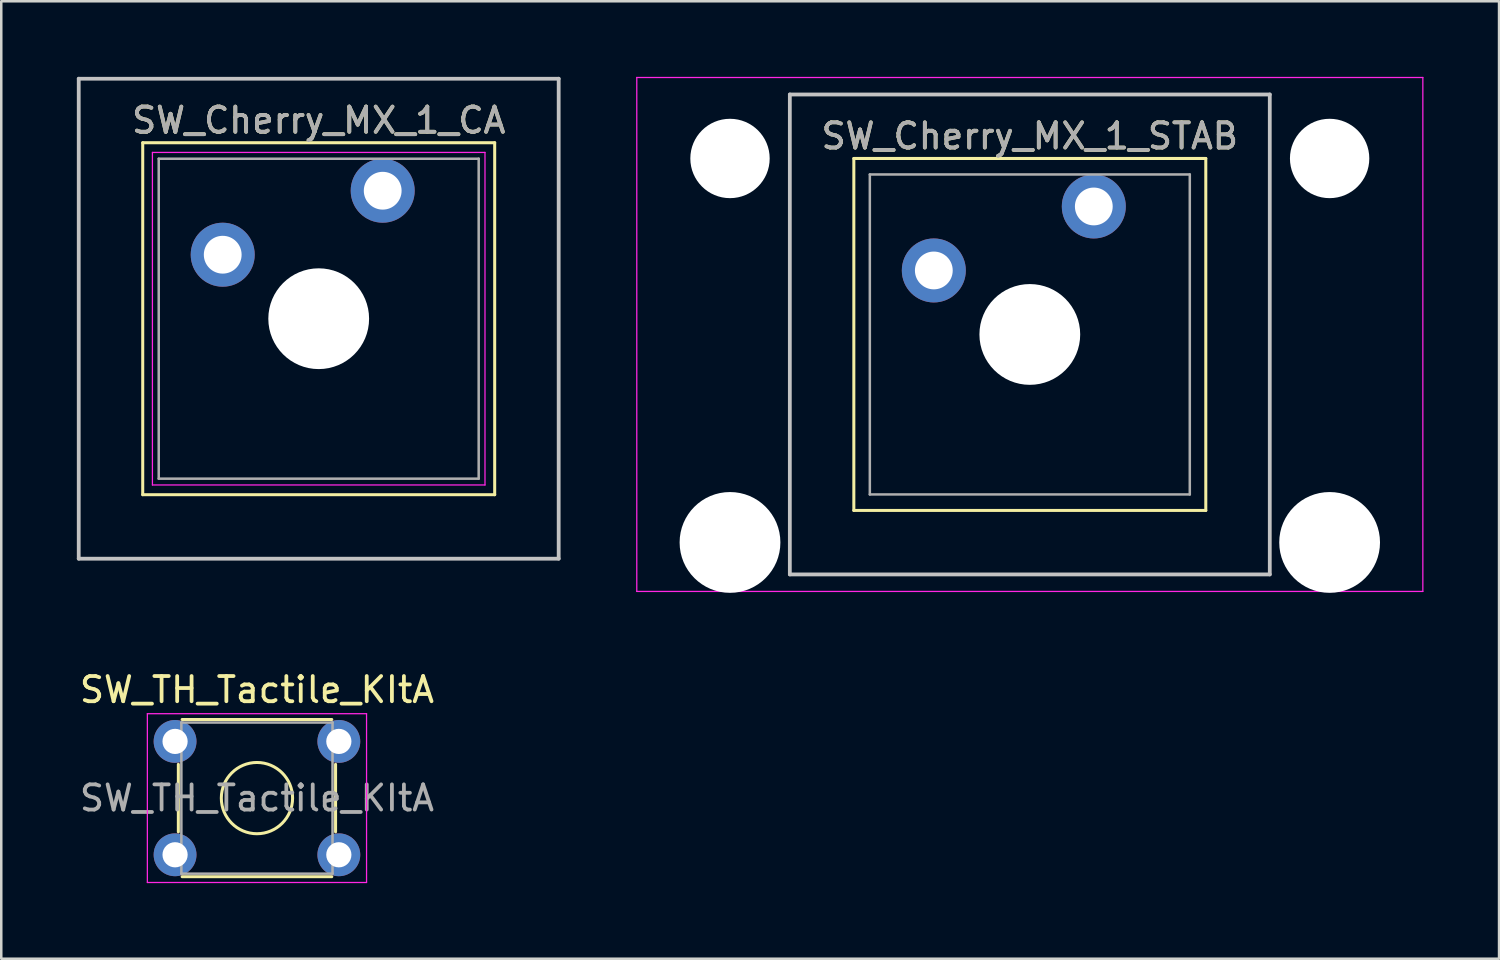
<source format=kicad_pcb>
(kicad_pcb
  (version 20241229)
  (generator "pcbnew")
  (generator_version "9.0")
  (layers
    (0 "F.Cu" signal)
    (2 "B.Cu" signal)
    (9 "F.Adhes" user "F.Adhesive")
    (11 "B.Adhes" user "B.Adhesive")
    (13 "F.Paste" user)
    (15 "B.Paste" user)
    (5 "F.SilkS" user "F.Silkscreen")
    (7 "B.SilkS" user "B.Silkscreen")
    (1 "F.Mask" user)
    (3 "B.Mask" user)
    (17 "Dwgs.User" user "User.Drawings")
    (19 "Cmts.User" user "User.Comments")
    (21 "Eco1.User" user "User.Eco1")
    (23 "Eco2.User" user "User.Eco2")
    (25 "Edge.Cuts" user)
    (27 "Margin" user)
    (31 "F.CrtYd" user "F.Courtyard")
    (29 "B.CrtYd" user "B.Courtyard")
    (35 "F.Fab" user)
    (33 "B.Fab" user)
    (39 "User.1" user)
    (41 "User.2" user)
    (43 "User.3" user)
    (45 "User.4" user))
  (footprint "SW_Cherry_MX_1_STAB"
    (layer "F.Cu")
    (at 37.825 10.225)
    (property "Reference" "SW_Cherry_MX_1_STAB" (at 0 -7.874 0) (layer "F.SilkS") (effects (font (size 1 1) (thickness 0.15))))
    (attr through_hole)
    (fp_line (start -6.985 -6.985) (end 6.985 -6.985) (stroke (width 0.12) (type solid)) (layer "F.SilkS"))
    (fp_line (start -6.985 6.985) (end -6.985 -6.985) (stroke (width 0.12) (type solid)) (layer "F.SilkS"))
    (fp_line (start 6.985 -6.985) (end 6.985 6.985) (stroke (width 0.12) (type solid)) (layer "F.SilkS"))
    (fp_line (start 6.985 6.985) (end -6.985 6.985) (stroke (width 0.12) (type solid)) (layer "F.SilkS"))
    (fp_line (start -9.525 -9.525) (end 9.525 -9.525) (stroke (width 0.15) (type solid)) (layer "Dwgs.User"))
    (fp_line (start -9.525 9.525) (end -9.525 -9.525) (stroke (width 0.15) (type solid)) (layer "Dwgs.User"))
    (fp_line (start 9.525 -9.525) (end 9.525 9.525) (stroke (width 0.15) (type solid)) (layer "Dwgs.User"))
    (fp_line (start 9.525 9.525) (end -9.525 9.525) (stroke (width 0.15) (type solid)) (layer "Dwgs.User"))
    (fp_line (start -15.6 -10.2) (end 15.6 -10.2) (stroke (width 0.05) (type solid)) (layer "F.CrtYd"))
    (fp_line (start -15.6 10.2) (end -15.6 -10.2) (stroke (width 0.05) (type solid)) (layer "F.CrtYd"))
    (fp_line (start 15.6 -10.2) (end 15.6 10.2) (stroke (width 0.05) (type solid)) (layer "F.CrtYd"))
    (fp_line (start 15.6 10.2) (end -15.6 10.2) (stroke (width 0.05) (type solid)) (layer "F.CrtYd"))
    (fp_line (start -6.35 -6.35) (end 6.35 -6.35) (stroke (width 0.1) (type solid)) (layer "F.Fab"))
    (fp_line (start -6.35 6.35) (end -6.35 -6.35) (stroke (width 0.1) (type solid)) (layer "F.Fab"))
    (fp_line (start 6.35 -6.35) (end 6.35 6.35) (stroke (width 0.1) (type solid)) (layer "F.Fab"))
    (fp_line (start 6.35 6.35) (end -6.35 6.35) (stroke (width 0.1) (type solid)) (layer "F.Fab"))
    (fp_text user "${REFERENCE}" (at 0 -7.874 0) (layer "F.Fab") (effects (font (size 1 1) (thickness 0.15))))
    (pad "" np_thru_hole circle (at -11.9 -6.985) (size 3.15 3.15) (drill 3.15) (layers "*.Cu" "*.Mask"))
    (pad "" np_thru_hole circle (at -11.9 8.255) (size 4 4) (drill 4) (layers "*.Cu" "*.Mask"))
    (pad "" np_thru_hole circle (at 0 0) (size 4 4) (drill 4) (layers "*.Cu" "*.Mask"))
    (pad "" np_thru_hole circle (at 11.9 -6.985) (size 3.15 3.15) (drill 3.15) (layers "*.Cu" "*.Mask"))
    (pad "" np_thru_hole circle (at 11.9 8.255) (size 4 4) (drill 4) (layers "*.Cu" "*.Mask"))
    (pad "1" thru_hole circle (at 2.54 -5.08) (size 2.54 2.54) (drill 1.5) (layers "*.Cu" "*.Mask"))
    (pad "2" thru_hole circle (at -3.81 -2.54) (size 2.54 2.54) (drill 1.5) (layers "*.Cu" "*.Mask")))
  (footprint "SW_Cherry_MX_1_CA"
    (layer "F.Cu")
    (at 12.14 4.52)
    (property "Reference" "SW_Cherry_MX_1_CA" (at -2.54 -2.794 0) (layer "F.SilkS") (effects (font (size 1 1) (thickness 0.15))))
    (attr through_hole)
    (fp_line (start -9.525 -1.905) (end 4.445 -1.905) (stroke (width 0.12) (type solid)) (layer "F.SilkS"))
    (fp_line (start -9.525 12.065) (end -9.525 -1.905) (stroke (width 0.12) (type solid)) (layer "F.SilkS"))
    (fp_line (start 4.445 -1.905) (end 4.445 12.065) (stroke (width 0.12) (type solid)) (layer "F.SilkS"))
    (fp_line (start 4.445 12.065) (end -9.525 12.065) (stroke (width 0.12) (type solid)) (layer "F.SilkS"))
    (fp_line (start -12.065 -4.445) (end 6.985 -4.445) (stroke (width 0.15) (type solid)) (layer "Dwgs.User"))
    (fp_line (start -12.065 14.605) (end -12.065 -4.445) (stroke (width 0.15) (type solid)) (layer "Dwgs.User"))
    (fp_line (start 6.985 -4.445) (end 6.985 14.605) (stroke (width 0.15) (type solid)) (layer "Dwgs.User"))
    (fp_line (start 6.985 14.605) (end -12.065 14.605) (stroke (width 0.15) (type solid)) (layer "Dwgs.User"))
    (fp_line (start -9.14 -1.52) (end 4.06 -1.52) (stroke (width 0.05) (type solid)) (layer "F.CrtYd"))
    (fp_line (start -9.14 11.68) (end -9.14 -1.52) (stroke (width 0.05) (type solid)) (layer "F.CrtYd"))
    (fp_line (start 4.06 -1.52) (end 4.06 11.68) (stroke (width 0.05) (type solid)) (layer "F.CrtYd"))
    (fp_line (start 4.06 11.68) (end -9.14 11.68) (stroke (width 0.05) (type solid)) (layer "F.CrtYd"))
    (fp_line (start -8.89 -1.27) (end 3.81 -1.27) (stroke (width 0.1) (type solid)) (layer "F.Fab"))
    (fp_line (start -8.89 11.43) (end -8.89 -1.27) (stroke (width 0.1) (type solid)) (layer "F.Fab"))
    (fp_line (start 3.81 -1.27) (end 3.81 11.43) (stroke (width 0.1) (type solid)) (layer "F.Fab"))
    (fp_line (start 3.81 11.43) (end -8.89 11.43) (stroke (width 0.1) (type solid)) (layer "F.Fab"))
    (fp_text user "${REFERENCE}" (at -2.54 -2.794 0) (layer "F.Fab") (effects (font (size 1 1) (thickness 0.15))))
    (pad "" np_thru_hole circle (at -2.54 5.08) (size 4 4) (drill 4) (layers "*.Cu" "*.Mask"))
    (pad "1" thru_hole circle (at 0 0) (size 2.54 2.54) (drill 1.5) (layers "*.Cu" "*.Mask"))
    (pad "2" thru_hole circle (at -6.35 2.54) (size 2.54 2.54) (drill 1.5) (layers "*.Cu" "*.Mask")))
  (footprint "SW_TH_Tactile_KItA"
    (layer "F.Cu")
    (at 3.899 26.378)
    (property "Reference" "SW_TH_Tactile_KItA" (at 3.25 -2.05 0) (layer "F.SilkS") (effects (font (size 1 1) (thickness 0.15))))
    (attr through_hole)
    (fp_line (start 0.13 3.59) (end 0.13 0.91) (stroke (width 0.12) (type solid)) (layer "F.SilkS"))
    (fp_line (start 0.28 -0.87) (end 6.22 -0.87) (stroke (width 0.12) (type solid)) (layer "F.SilkS"))
    (fp_line (start 0.28 5.37) (end 6.22 5.37) (stroke (width 0.12) (type solid)) (layer "F.SilkS"))
    (fp_line (start 6.37 0.91) (end 6.37 3.59) (stroke (width 0.12) (type solid)) (layer "F.SilkS"))
    (fp_circle (center 3.25 2.25) (end 4.25 3.25) (stroke (width 0.12) (type solid)) (fill no) (layer "F.SilkS"))
    (fp_line (start -1.1 -1.1) (end -1.1 5.6) (stroke (width 0.05) (type solid)) (layer "F.CrtYd"))
    (fp_line (start -1.1 -1.1) (end 7.6 -1.1) (stroke (width 0.05) (type solid)) (layer "F.CrtYd"))
    (fp_line (start -1.1 5.6) (end 7.6 5.6) (stroke (width 0.05) (type solid)) (layer "F.CrtYd"))
    (fp_line (start 7.6 5.6) (end 7.6 -1.1) (stroke (width 0.05) (type solid)) (layer "F.CrtYd"))
    (fp_line (start 0.25 -0.75) (end 0.25 5.25) (stroke (width 0.1) (type solid)) (layer "F.Fab"))
    (fp_line (start 0.25 -0.75) (end 6.25 -0.75) (stroke (width 0.1) (type solid)) (layer "F.Fab"))
    (fp_line (start 0.25 5.25) (end 6.25 5.25) (stroke (width 0.1) (type solid)) (layer "F.Fab"))
    (fp_line (start 6.25 -0.75) (end 6.25 5.25) (stroke (width 0.1) (type solid)) (layer "F.Fab"))
    (fp_text user "${REFERENCE}" (at 3.25 2.25 0) (layer "F.Fab") (effects (font (size 1 1) (thickness 0.15))))
    (pad "1" thru_hole circle (at 0 0) (size 1.7 1.7) (drill 1) (layers "*.Cu" "*.Mask"))
    (pad "2" thru_hole circle (at 6.5 0) (size 1.7 1.7) (drill 1) (layers "*.Cu" "*.Mask"))
    (pad "3" thru_hole circle (at 0 4.5) (size 1.7 1.7) (drill 1) (layers "*.Cu" "*.Mask"))
    (pad "4" thru_hole circle (at 6.5 4.5) (size 1.7 1.7) (drill 1) (layers "*.Cu" "*.Mask")))
  (gr_rect
    (start -3 -3)
    (end 56.45 35.003)
    (stroke (width 0.1) (type default))
    (fill no)
    (layer "Edge.Cuts")))
</source>
